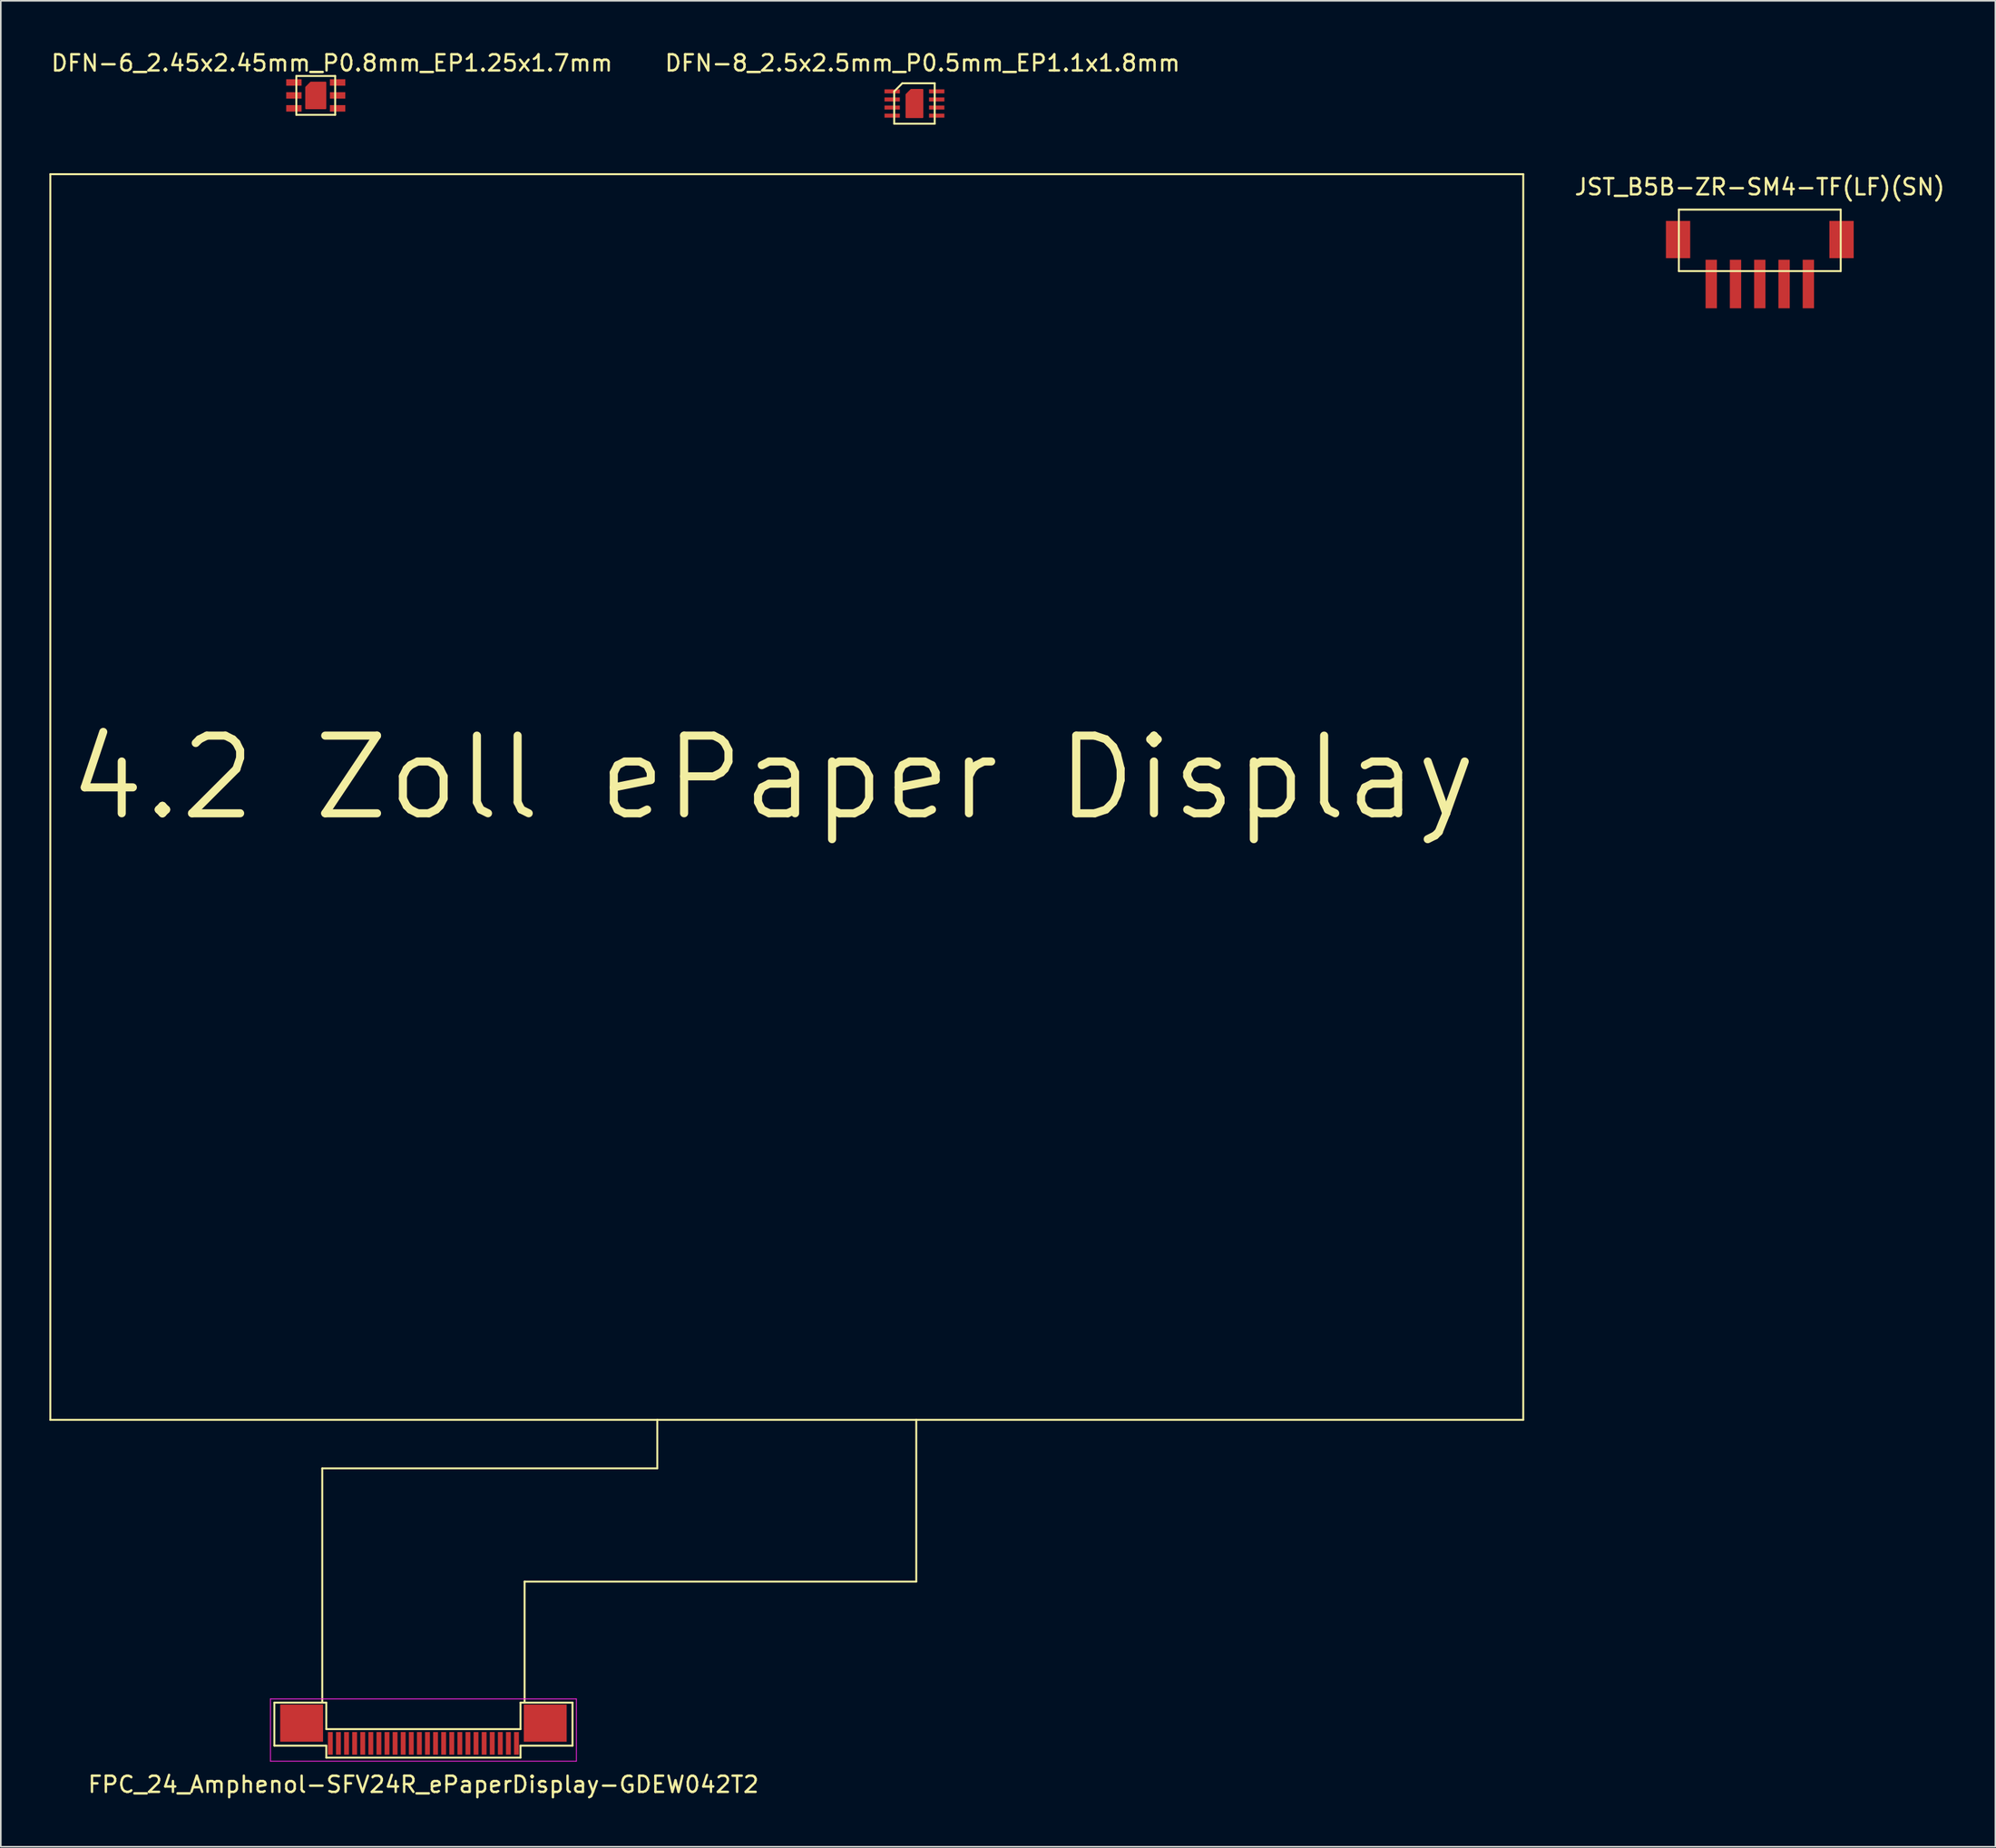
<source format=kicad_pcb>
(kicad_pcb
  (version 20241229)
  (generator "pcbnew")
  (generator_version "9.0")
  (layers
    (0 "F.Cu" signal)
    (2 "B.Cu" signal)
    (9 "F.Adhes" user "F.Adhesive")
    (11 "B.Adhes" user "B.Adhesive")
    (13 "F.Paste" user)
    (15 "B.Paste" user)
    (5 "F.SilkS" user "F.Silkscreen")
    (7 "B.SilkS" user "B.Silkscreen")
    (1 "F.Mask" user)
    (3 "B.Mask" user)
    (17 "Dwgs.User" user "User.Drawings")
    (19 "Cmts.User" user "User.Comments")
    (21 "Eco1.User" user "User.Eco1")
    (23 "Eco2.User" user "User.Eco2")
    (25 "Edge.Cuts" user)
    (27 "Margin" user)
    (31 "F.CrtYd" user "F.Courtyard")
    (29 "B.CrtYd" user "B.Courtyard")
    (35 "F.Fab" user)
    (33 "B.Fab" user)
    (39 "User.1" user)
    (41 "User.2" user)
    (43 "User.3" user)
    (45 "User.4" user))
  (footprint "JST_B5B-ZR-SM4-TF(LF)(SN)"
    (layer "F.Cu")
    (at 105.674 14.507)
    (property "Reference" "JST_B5B-ZR-SM4-TF(LF)(SN)" (at 0 -6 0) (layer "F.SilkS") (effects (font (size 1 1) (thickness 0.15))))
    (attr through_hole)
    (fp_line (start -5 -4.6) (end -5 -0.8) (stroke (width 0.12) (type solid)) (layer "F.SilkS"))
    (fp_line (start -5 -0.8) (end 5 -0.8) (stroke (width 0.12) (type solid)) (layer "F.SilkS"))
    (fp_line (start 5 -4.6) (end -5 -4.6) (stroke (width 0.12) (type solid)) (layer "F.SilkS"))
    (fp_line (start 5 -0.8) (end 5 -4.6) (stroke (width 0.12) (type solid)) (layer "F.SilkS"))
    (pad "0" smd rect (at -5.05 -2.75) (size 1.5 2.3) (layers "F.Cu" "F.Mask" "F.Paste"))
    (pad "0" smd rect (at 5.05 -2.75) (size 1.5 2.3) (layers "F.Cu" "F.Mask" "F.Paste"))
    (pad "1" smd rect (at -3 0) (size 0.7 3) (layers "F.Cu" "F.Mask" "F.Paste"))
    (pad "2" smd rect (at -1.5 0) (size 0.7 3) (layers "F.Cu" "F.Mask" "F.Paste"))
    (pad "3" smd rect (at 0 0) (size 0.7 3) (layers "F.Cu" "F.Mask" "F.Paste"))
    (pad "4" smd rect (at 1.5 0) (size 0.7 3) (layers "F.Cu" "F.Mask" "F.Paste"))
    (pad "5" smd rect (at 3 0) (size 0.7 3) (layers "F.Cu" "F.Mask" "F.Paste")))
  (footprint "DFN-6_2.45x2.45mm_P0.8mm_EP1.25x1.7mm"
    (layer "F.Cu")
    (at 16.458 2.848)
    (property "Reference" "DFN-6_2.45x2.45mm_P0.8mm_EP1.25x1.7mm" (at 1 -2 0) (layer "F.SilkS") (effects (font (size 1 1) (thickness 0.15))))
    (attr through_hole)
    (fp_poly (pts (xy 0.6 0.8) (xy -0.6 0.8) (xy -0.6 -0.5) (xy -0.3 -0.8) (xy 0.6 -0.8)) (stroke (width 0.1) (type solid)) (fill yes) (layer "F.Cu"))
    (fp_line (start -1.2 -1.2) (end -1.2 1.2) (stroke (width 0.12) (type solid)) (layer "F.SilkS"))
    (fp_line (start -1.2 1.2) (end 1.2 1.2) (stroke (width 0.12) (type solid)) (layer "F.SilkS"))
    (fp_line (start 1.2 -1.2) (end -1.2 -1.2) (stroke (width 0.12) (type solid)) (layer "F.SilkS"))
    (fp_line (start 1.2 1.2) (end 1.2 -1.2) (stroke (width 0.12) (type solid)) (layer "F.SilkS"))
    (pad "1" smd rect (at -1.35 -0.8) (size 0.95 0.4) (layers "F.Cu" "F.Mask" "F.Paste"))
    (pad "2" smd rect (at -1.35 0) (size 0.95 0.4) (layers "F.Cu" "F.Mask" "F.Paste"))
    (pad "3" smd rect (at -1.35 0.8) (size 0.95 0.4) (layers "F.Cu" "F.Mask" "F.Paste"))
    (pad "4" smd rect (at 1.35 0.8) (size 0.95 0.4) (layers "F.Cu" "F.Mask" "F.Paste"))
    (pad "5" smd rect (at 1.35 0) (size 0.95 0.4) (layers "F.Cu" "F.Mask" "F.Paste"))
    (pad "6" smd rect (at 1.35 -0.8) (size 0.95 0.4) (layers "F.Cu" "F.Mask" "F.Paste")))
  (footprint "FPC_24_Amphenol-SFV24R_ePaperDisplay-GDEW042T2"
    (layer "F.Cu")
    (at 23.11 104.718)
    (property "Reference" "FPC_24_Amphenol-SFV24R_ePaperDisplay-GDEW042T2" (at 0 2.54 0) (layer "F.SilkS") (effects (font (size 1 1) (thickness 0.15))))
    (attr smd)
    (fp_line (start -23.05 -97) (end -23.05 -20) (stroke (width 0.12) (type solid)) (layer "F.SilkS"))
    (fp_line (start -23.05 -20) (end 14.45 -20) (stroke (width 0.12) (type solid)) (layer "F.SilkS"))
    (fp_line (start -9.21 -2.52) (end -9.21 0.14) (stroke (width 0.12) (type solid)) (layer "F.SilkS"))
    (fp_line (start -9.21 0.14) (end -6 0.14) (stroke (width 0.12) (type solid)) (layer "F.SilkS"))
    (fp_line (start -6.25 -17) (end -6.25 -2.55) (stroke (width 0.12) (type solid)) (layer "F.SilkS"))
    (fp_line (start -6 -2.52) (end -9.21 -2.52) (stroke (width 0.12) (type solid)) (layer "F.SilkS"))
    (fp_line (start -6 -0.88) (end -6 -2.52) (stroke (width 0.12) (type solid)) (layer "F.SilkS"))
    (fp_line (start -6 0.14) (end -6 0.88) (stroke (width 0.12) (type solid)) (layer "F.SilkS"))
    (fp_line (start 6 -2.52) (end 9.21 -2.52) (stroke (width 0.12) (type solid)) (layer "F.SilkS"))
    (fp_line (start 6 -0.88) (end -6 -0.88) (stroke (width 0.12) (type solid)) (layer "F.SilkS"))
    (fp_line (start 6 -0.88) (end 6 -2.52) (stroke (width 0.12) (type solid)) (layer "F.SilkS"))
    (fp_line (start 6 0.14) (end 6 0.88) (stroke (width 0.12) (type solid)) (layer "F.SilkS"))
    (fp_line (start 6 0.88) (end -6 0.88) (stroke (width 0.12) (type solid)) (layer "F.SilkS"))
    (fp_line (start 6.25 -10) (end 30.45 -10) (stroke (width 0.12) (type solid)) (layer "F.SilkS"))
    (fp_line (start 6.25 -2.55) (end 6.25 -10) (stroke (width 0.12) (type solid)) (layer "F.SilkS"))
    (fp_line (start 9.21 -2.52) (end 9.21 0.14) (stroke (width 0.12) (type solid)) (layer "F.SilkS"))
    (fp_line (start 9.21 0.14) (end 6 0.14) (stroke (width 0.12) (type solid)) (layer "F.SilkS"))
    (fp_line (start 14.45 -20) (end 14.45 -17) (stroke (width 0.12) (type solid)) (layer "F.SilkS"))
    (fp_line (start 14.45 -17) (end -6.25 -17) (stroke (width 0.12) (type solid)) (layer "F.SilkS"))
    (fp_line (start 30.45 -20) (end 14.45 -20) (stroke (width 0.12) (type solid)) (layer "F.SilkS"))
    (fp_line (start 30.45 -20) (end 67.95 -20) (stroke (width 0.12) (type solid)) (layer "F.SilkS"))
    (fp_line (start 30.45 -10) (end 30.45 -20) (stroke (width 0.12) (type solid)) (layer "F.SilkS"))
    (fp_line (start 67.95 -97) (end -23.05 -97) (stroke (width 0.12) (type solid)) (layer "F.SilkS"))
    (fp_line (start 67.95 -20) (end 67.95 -97) (stroke (width 0.12) (type solid)) (layer "F.SilkS"))
    (fp_line (start -9.45 1.1) (end -9.45 -2.75) (stroke (width 0.05) (type solid)) (layer "F.CrtYd"))
    (fp_line (start 9.45 -2.75) (end -9.45 -2.75) (stroke (width 0.05) (type solid)) (layer "F.CrtYd"))
    (fp_line (start 9.45 1.1) (end -9.45 1.1) (stroke (width 0.05) (type solid)) (layer "F.CrtYd"))
    (fp_line (start 9.45 1.1) (end 9.45 -2.75) (stroke (width 0.05) (type solid)) (layer "F.CrtYd"))
    (fp_text user "4.2 Zoll ePaper Display" (at 21.59 -59.69 0) (layer "F.SilkS") (effects (font (size 4.8 4.8) (thickness 0.5))))
    (pad "0" smd rect (at -7.525 -1.25 180) (size 2.65 2.3) (layers "F.Cu" "F.Mask" "F.Paste"))
    (pad "0" smd rect (at 7.525 -1.25 180) (size 2.65 2.3) (layers "F.Cu" "F.Mask" "F.Paste"))
    (pad "1" smd rect (at -5.75 0 180) (size 0.3 1.4) (layers "F.Cu" "F.Mask" "F.Paste"))
    (pad "2" smd rect (at -5.25 0 180) (size 0.3 1.4) (layers "F.Cu" "F.Mask" "F.Paste"))
    (pad "3" smd rect (at -4.75 0 180) (size 0.3 1.4) (layers "F.Cu" "F.Mask" "F.Paste"))
    (pad "4" smd rect (at -4.25 0 180) (size 0.3 1.4) (layers "F.Cu" "F.Mask" "F.Paste"))
    (pad "5" smd rect (at -3.75 0 180) (size 0.3 1.4) (layers "F.Cu" "F.Mask" "F.Paste"))
    (pad "6" smd rect (at -3.25 0 180) (size 0.3 1.4) (layers "F.Cu" "F.Mask" "F.Paste"))
    (pad "7" smd rect (at -2.75 0 180) (size 0.3 1.4) (layers "F.Cu" "F.Mask" "F.Paste"))
    (pad "8" smd rect (at -2.25 0 180) (size 0.3 1.4) (layers "F.Cu" "F.Mask" "F.Paste"))
    (pad "9" smd rect (at -1.75 0 180) (size 0.3 1.4) (layers "F.Cu" "F.Mask" "F.Paste"))
    (pad "10" smd rect (at -1.25 0 180) (size 0.3 1.4) (layers "F.Cu" "F.Mask" "F.Paste"))
    (pad "11" smd rect (at -0.75 0 180) (size 0.3 1.4) (layers "F.Cu" "F.Mask" "F.Paste"))
    (pad "12" smd rect (at -0.25 0 180) (size 0.3 1.4) (layers "F.Cu" "F.Mask" "F.Paste"))
    (pad "13" smd rect (at 0.25 0 180) (size 0.3 1.4) (layers "F.Cu" "F.Mask" "F.Paste"))
    (pad "14" smd rect (at 0.75 0 180) (size 0.3 1.4) (layers "F.Cu" "F.Mask" "F.Paste"))
    (pad "15" smd rect (at 1.25 0 180) (size 0.3 1.4) (layers "F.Cu" "F.Mask" "F.Paste"))
    (pad "16" smd rect (at 1.75 0 180) (size 0.3 1.4) (layers "F.Cu" "F.Mask" "F.Paste"))
    (pad "17" smd rect (at 2.25 0 180) (size 0.3 1.4) (layers "F.Cu" "F.Mask" "F.Paste"))
    (pad "18" smd rect (at 2.75 0 180) (size 0.3 1.4) (layers "F.Cu" "F.Mask" "F.Paste"))
    (pad "19" smd rect (at 3.25 0 180) (size 0.3 1.4) (layers "F.Cu" "F.Mask" "F.Paste"))
    (pad "20" smd rect (at 3.75 0 180) (size 0.3 1.4) (layers "F.Cu" "F.Mask" "F.Paste"))
    (pad "21" smd rect (at 4.25 0 180) (size 0.3 1.4) (layers "F.Cu" "F.Mask" "F.Paste"))
    (pad "22" smd rect (at 4.75 0 180) (size 0.3 1.4) (layers "F.Cu" "F.Mask" "F.Paste"))
    (pad "23" smd rect (at 5.25 0 180) (size 0.3 1.4) (layers "F.Cu" "F.Mask" "F.Paste"))
    (pad "24" smd rect (at 5.75 0 180) (size 0.3 1.4) (layers "F.Cu" "F.Mask" "F.Paste")))
  (footprint "DFN-8_2.5x2.5mm_P0.5mm_EP1.1x1.8mm"
    (layer "F.Cu")
    (at 53.446 3.348)
    (property "Reference" "DFN-8_2.5x2.5mm_P0.5mm_EP1.1x1.8mm" (at 0.5 -2.5 0) (layer "F.SilkS") (effects (font (size 1 1) (thickness 0.15))))
    (attr through_hole)
    (fp_poly (pts (xy 0.5 0.85) (xy -0.5 0.85) (xy -0.5 -0.55) (xy -0.2 -0.85) (xy 0.5 -0.85)) (stroke (width 0.1) (type solid)) (fill yes) (layer "F.Cu"))
    (fp_line (start -1.25 -0.75) (end -1.25 1.25) (stroke (width 0.12) (type solid)) (layer "F.SilkS"))
    (fp_line (start -1.25 1.25) (end 1.25 1.25) (stroke (width 0.12) (type solid)) (layer "F.SilkS"))
    (fp_line (start -0.75 -1.25) (end -1.25 -0.75) (stroke (width 0.12) (type solid)) (layer "F.SilkS"))
    (fp_line (start 1.25 -1.25) (end -0.75 -1.25) (stroke (width 0.12) (type solid)) (layer "F.SilkS"))
    (fp_line (start 1.25 1.25) (end 1.25 -1.25) (stroke (width 0.12) (type solid)) (layer "F.SilkS"))
    (pad "1" smd rect (at -1.375 -0.75) (size 0.95 0.25) (layers "F.Cu" "F.Mask" "F.Paste"))
    (pad "2" smd rect (at -1.375 -0.25) (size 0.95 0.25) (layers "F.Cu" "F.Mask" "F.Paste"))
    (pad "3" smd rect (at -1.375 0.25) (size 0.95 0.25) (layers "F.Cu" "F.Mask" "F.Paste"))
    (pad "4" smd rect (at -1.375 0.75) (size 0.95 0.25) (layers "F.Cu" "F.Mask" "F.Paste"))
    (pad "5" smd rect (at 1.375 0.75) (size 0.95 0.25) (layers "F.Cu" "F.Mask" "F.Paste"))
    (pad "6" smd rect (at 1.375 0.25) (size 0.95 0.25) (layers "F.Cu" "F.Mask" "F.Paste"))
    (pad "7" smd rect (at 1.375 -0.25) (size 0.95 0.25) (layers "F.Cu" "F.Mask" "F.Paste"))
    (pad "8" smd rect (at 1.375 -0.75) (size 0.95 0.25) (layers "F.Cu" "F.Mask" "F.Paste")))
  (gr_rect
    (start -3 -3)
    (end 120.227 111.106)
    (stroke (width 0.1) (type default))
    (fill no)
    (layer "Edge.Cuts")))
</source>
